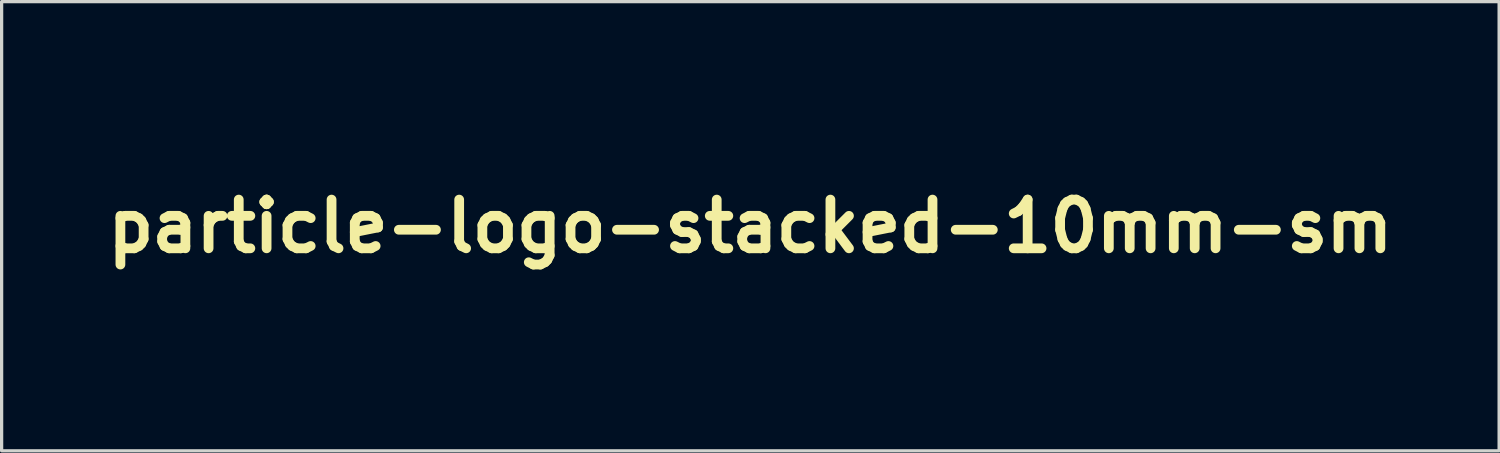
<source format=kicad_pcb>
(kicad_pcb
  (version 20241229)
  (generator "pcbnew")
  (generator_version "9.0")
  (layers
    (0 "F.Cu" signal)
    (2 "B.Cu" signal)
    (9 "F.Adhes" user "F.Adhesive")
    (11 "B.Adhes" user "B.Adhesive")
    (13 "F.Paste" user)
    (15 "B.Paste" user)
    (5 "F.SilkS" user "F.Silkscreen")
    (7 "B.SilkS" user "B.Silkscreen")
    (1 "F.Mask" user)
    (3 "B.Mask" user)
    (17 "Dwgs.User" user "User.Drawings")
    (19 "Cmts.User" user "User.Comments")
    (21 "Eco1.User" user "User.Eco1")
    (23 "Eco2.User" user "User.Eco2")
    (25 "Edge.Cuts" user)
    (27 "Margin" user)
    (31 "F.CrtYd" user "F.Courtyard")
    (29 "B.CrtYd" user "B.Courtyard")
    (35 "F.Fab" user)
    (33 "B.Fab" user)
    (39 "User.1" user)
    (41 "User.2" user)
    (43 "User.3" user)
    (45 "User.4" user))
  (footprint "particle-logo-stacked-10mm-sm"
    (layer "F.Cu")
    (at 20.05 3.916)
    (property "Reference" "particle-logo-stacked-10mm-sm" (at 0 0 0) (layer "F.SilkS") (effects (font (size 1.5 1.5) (thickness 0.3))))
    (attr board_only exclude_from_pos_files exclude_from_bom)
    (fp_poly (pts (xy 0.959 3.215) (xy 0.959 3.893) (xy 0.826 3.893) (xy 0.693 3.893) (xy 0.693 3.215) (xy 0.693 2.538) (xy 0.826 2.538) (xy 0.959 2.538)) (stroke (width 0) (type solid)) (fill yes) (layer "F.Mask"))
    (fp_poly (pts (xy 2.976 3.098) (xy 2.976 3.658) (xy 3.34 3.658) (xy 3.705 3.658) (xy 3.705 3.776) (xy 3.705 3.893) (xy 3.208 3.893) (xy 2.71 3.893) (xy 2.71 3.215) (xy 2.71 2.538) (xy 2.843 2.538) (xy 2.976 2.538)) (stroke (width 0) (type solid)) (fill yes) (layer "F.Mask"))
    (fp_poly (pts (xy 4.987 2.655) (xy 4.987 2.772) (xy 4.599 2.772) (xy 4.211 2.772) (xy 4.211 2.926) (xy 4.211 3.08) (xy 4.553 3.081) (xy 4.896 3.082) (xy 4.896 3.2) (xy 4.896 3.317) (xy 4.553 3.318) (xy 4.211 3.32) (xy 4.211 3.489) (xy 4.211 3.658) (xy 4.604 3.658) (xy 4.998 3.658) (xy 4.998 3.776) (xy 4.998 3.893) (xy 4.471 3.893) (xy 3.945 3.893) (xy 3.945 3.215) (xy 3.945 2.538) (xy 4.466 2.538) (xy 4.987 2.538)) (stroke (width 0) (type solid)) (fill yes) (layer "F.Mask"))
    (fp_poly (pts (xy 0.453 2.655) (xy 0.453 2.772) (xy 0.206 2.772) (xy -0.042 2.772) (xy -0.042 3.333) (xy -0.042 3.893) (xy -0.174 3.893) (xy -0.306 3.893) (xy -0.309 3.553) (xy -0.31 3.486) (xy -0.31 3.416) (xy -0.311 3.344) (xy -0.312 3.272) (xy -0.312 3.202) (xy -0.312 3.137) (xy -0.313 3.076) (xy -0.313 3.024) (xy -0.313 2.993) (xy -0.313 2.772) (xy -0.56 2.772) (xy -0.808 2.772) (xy -0.808 2.655) (xy -0.808 2.538) (xy -0.177 2.538) (xy 0.453 2.538)) (stroke (width 0) (type solid)) (fill yes) (layer "F.Mask"))
    (fp_poly (pts (xy -0.266 -0.42) (xy -0.266 0.125) (xy 0 0.125) (xy 0.266 0.125) (xy 0.266 -0.42) (xy 0.266 -0.964) (xy 1.341 -0.964) (xy 2.415 -0.964) (xy 1.209 0.242) (xy 1.115 0.336) (xy 1.023 0.428) (xy 0.933 0.518) (xy 0.846 0.605) (xy 0.762 0.69) (xy 0.68 0.771) (xy 0.602 0.849) (xy 0.527 0.924) (xy 0.456 0.995) (xy 0.389 1.062) (xy 0.326 1.124) (xy 0.268 1.182) (xy 0.215 1.235) (xy 0.167 1.283) (xy 0.125 1.325) (xy 0.088 1.362) (xy 0.057 1.392) (xy 0.033 1.416) (xy 0.015 1.434) (xy 0.004 1.445) (xy 0.000005 1.449) (xy 0 1.449) (xy -0.004 1.445) (xy -0.015 1.434) (xy -0.033 1.417) (xy -0.057 1.393) (xy -0.087 1.362) (xy -0.124 1.326) (xy -0.166 1.284) (xy -0.214 1.236) (xy -0.267 1.183) (xy -0.325 1.126) (xy -0.387 1.063) (xy -0.454 0.997) (xy -0.525 0.926) (xy -0.6 0.851) (xy -0.678 0.773) (xy -0.76 0.691) (xy -0.844 0.607) (xy -0.932 0.52) (xy -1.021 0.43) (xy -1.113 0.338) (xy -1.207 0.244) (xy -1.209 0.242) (xy -2.415 -0.964) (xy -1.341 -0.964) (xy -0.266 -0.964)) (stroke (width 0) (type solid)) (fill yes) (layer "F.Mask"))
    (fp_poly (pts (xy 1.206 -2.71) (xy 1.3 -2.616) (xy 1.392 -2.524) (xy 1.482 -2.434) (xy 1.569 -2.347) (xy 1.654 -2.262) (xy 1.735 -2.181) (xy 1.814 -2.102) (xy 1.888 -2.027) (xy 1.959 -1.956) (xy 2.026 -1.889) (xy 2.089 -1.827) (xy 2.146 -1.769) (xy 2.199 -1.715) (xy 2.247 -1.667) (xy 2.289 -1.625) (xy 2.326 -1.588) (xy 2.356 -1.557) (xy 2.38 -1.533) (xy 2.398 -1.515) (xy 2.409 -1.504) (xy 2.413 -1.5) (xy 2.413 -1.5) (xy 2.408 -1.499) (xy 2.393 -1.499) (xy 2.368 -1.498) (xy 2.335 -1.498) (xy 2.293 -1.498) (xy 2.243 -1.498) (xy 2.185 -1.497) (xy 2.121 -1.497) (xy 2.05 -1.497) (xy 1.973 -1.497) (xy 1.89 -1.497) (xy 1.802 -1.497) (xy 1.71 -1.497) (xy 1.614 -1.497) (xy 1.514 -1.497) (xy 1.411 -1.497) (xy 1.341 -1.497) (xy 0.268 -1.498) (xy 0.267 -2.044) (xy 0.266 -2.59) (xy 0 -2.59) (xy -0.266 -2.59) (xy -0.267 -2.044) (xy -0.268 -1.498) (xy -1.341 -1.497) (xy -1.446 -1.497) (xy -1.548 -1.497) (xy -1.646 -1.497) (xy -1.742 -1.497) (xy -1.832 -1.497) (xy -1.918 -1.497) (xy -1.999 -1.497) (xy -2.074 -1.497) (xy -2.143 -1.497) (xy -2.205 -1.497) (xy -2.26 -1.498) (xy -2.308 -1.498) (xy -2.347 -1.498) (xy -2.377 -1.499) (xy -2.399 -1.499) (xy -2.411 -1.499) (xy -2.413 -1.5) (xy -2.409 -1.503) (xy -2.398 -1.515) (xy -2.381 -1.532) (xy -2.357 -1.557) (xy -2.326 -1.587) (xy -2.29 -1.624) (xy -2.248 -1.667) (xy -2.2 -1.714) (xy -2.147 -1.767) (xy -2.09 -1.825) (xy -2.027 -1.888) (xy -1.961 -1.955) (xy -1.89 -2.026) (xy -1.815 -2.101) (xy -1.737 -2.179) (xy -1.655 -2.261) (xy -1.571 -2.345) (xy -1.484 -2.433) (xy -1.394 -2.522) (xy -1.302 -2.614) (xy -1.208 -2.708) (xy -1.206 -2.71) (xy 0 -3.916)) (stroke (width 0) (type solid)) (fill yes) (layer "F.Mask"))
    (fp_poly (pts (xy -4.663 2.539) (xy -4.593 2.54) (xy -4.532 2.54) (xy -4.48 2.541) (xy -4.435 2.542) (xy -4.397 2.542) (xy -4.365 2.543) (xy -4.338 2.545) (xy -4.315 2.547) (xy -4.295 2.549) (xy -4.277 2.552) (xy -4.26 2.555) (xy -4.243 2.559) (xy -4.225 2.563) (xy -4.206 2.568) (xy -4.202 2.57) (xy -4.134 2.593) (xy -4.074 2.622) (xy -4.021 2.658) (xy -3.984 2.692) (xy -3.948 2.735) (xy -3.92 2.782) (xy -3.899 2.833) (xy -3.885 2.891) (xy -3.879 2.954) (xy -3.879 3.018) (xy -3.88 3.053) (xy -3.882 3.08) (xy -3.886 3.103) (xy -3.891 3.124) (xy -3.895 3.14) (xy -3.919 3.203) (xy -3.951 3.259) (xy -3.992 3.31) (xy -4.04 3.353) (xy -4.097 3.391) (xy -4.162 3.422) (xy -4.235 3.446) (xy -4.292 3.46) (xy -4.34 3.468) (xy -4.398 3.474) (xy -4.465 3.478) (xy -4.541 3.481) (xy -4.611 3.481) (xy -4.732 3.481) (xy -4.732 3.687) (xy -4.732 3.893) (xy -4.865 3.893) (xy -4.998 3.893) (xy -4.998 3.215) (xy -4.998 2.772) (xy -4.732 2.772) (xy -4.732 3.007) (xy -4.732 3.242) (xy -4.551 3.24) (xy -4.5 3.239) (xy -4.459 3.239) (xy -4.426 3.238) (xy -4.4 3.237) (xy -4.379 3.236) (xy -4.363 3.234) (xy -4.35 3.232) (xy -4.339 3.229) (xy -4.336 3.229) (xy -4.282 3.21) (xy -4.236 3.185) (xy -4.2 3.155) (xy -4.172 3.119) (xy -4.162 3.101) (xy -4.155 3.086) (xy -4.151 3.074) (xy -4.148 3.061) (xy -4.146 3.046) (xy -4.146 3.025) (xy -4.146 2.999) (xy -4.146 2.97) (xy -4.147 2.949) (xy -4.148 2.933) (xy -4.151 2.921) (xy -4.156 2.909) (xy -4.157 2.906) (xy -4.179 2.869) (xy -4.206 2.84) (xy -4.24 2.816) (xy -4.282 2.798) (xy -4.289 2.796) (xy -4.312 2.79) (xy -4.336 2.785) (xy -4.362 2.78) (xy -4.393 2.777) (xy -4.428 2.775) (xy -4.471 2.773) (xy -4.521 2.773) (xy -4.577 2.772) (xy -4.732 2.772) (xy -4.998 2.772) (xy -4.998 2.537)) (stroke (width 0) (type solid)) (fill yes) (layer "F.Mask"))
    (fp_poly (pts (xy -2.992 2.537) (xy -2.986 2.549) (xy -2.976 2.57) (xy -2.963 2.598) (xy -2.947 2.634) (xy -2.929 2.676) (xy -2.907 2.723) (xy -2.883 2.776) (xy -2.858 2.832) (xy -2.83 2.893) (xy -2.802 2.957) (xy -2.772 3.023) (xy -2.741 3.091) (xy -2.71 3.16) (xy -2.679 3.229) (xy -2.647 3.299) (xy -2.617 3.367) (xy -2.586 3.434) (xy -2.557 3.499) (xy -2.529 3.562) (xy -2.503 3.62) (xy -2.478 3.675) (xy -2.455 3.725) (xy -2.435 3.77) (xy -2.418 3.808) (xy -2.404 3.84) (xy -2.393 3.865) (xy -2.385 3.882) (xy -2.382 3.89) (xy -2.382 3.89) (xy -2.387 3.891) (xy -2.401 3.891) (xy -2.422 3.892) (xy -2.451 3.892) (xy -2.484 3.892) (xy -2.521 3.892) (xy -2.521 3.892) (xy -2.66 3.89) (xy -2.72 3.751) (xy -2.78 3.612) (xy -3.133 3.612) (xy -3.485 3.611) (xy -3.509 3.665) (xy -3.519 3.688) (xy -3.532 3.718) (xy -3.546 3.752) (xy -3.561 3.786) (xy -3.57 3.806) (xy -3.608 3.893) (xy -3.747 3.893) (xy -3.887 3.893) (xy -3.88 3.876) (xy -3.877 3.869) (xy -3.87 3.854) (xy -3.859 3.83) (xy -3.845 3.798) (xy -3.827 3.759) (xy -3.806 3.713) (xy -3.783 3.661) (xy -3.757 3.603) (xy -3.728 3.54) (xy -3.698 3.473) (xy -3.666 3.402) (xy -3.652 3.372) (xy -3.381 3.372) (xy -3.133 3.372) (xy -3.074 3.372) (xy -3.025 3.372) (xy -2.984 3.371) (xy -2.952 3.371) (xy -2.927 3.37) (xy -2.909 3.369) (xy -2.897 3.368) (xy -2.89 3.367) (xy -2.889 3.365) (xy -2.889 3.365) (xy -2.892 3.356) (xy -2.9 3.339) (xy -2.91 3.315) (xy -2.923 3.285) (xy -2.938 3.25) (xy -2.955 3.211) (xy -2.974 3.169) (xy -2.993 3.125) (xy -3.012 3.081) (xy -3.032 3.036) (xy -3.05 2.993) (xy -3.068 2.953) (xy -3.085 2.916) (xy -3.099 2.883) (xy -3.111 2.856) (xy -3.12 2.835) (xy -3.126 2.822) (xy -3.128 2.818) (xy -3.133 2.811) (xy -3.135 2.81) (xy -3.138 2.816) (xy -3.144 2.829) (xy -3.154 2.851) (xy -3.166 2.88) (xy -3.182 2.915) (xy -3.199 2.955) (xy -3.219 2.999) (xy -3.24 3.048) (xy -3.259 3.092) (xy -3.381 3.372) (xy -3.652 3.372) (xy -3.632 3.328) (xy -3.597 3.25) (xy -3.57 3.192) (xy -3.268 2.525) (xy -3.133 2.523) (xy -2.998 2.522)) (stroke (width 0) (type solid)) (fill yes) (layer "F.Mask"))
    (fp_poly (pts (xy 1.983 2.52) (xy 2.046 2.521) (xy 2.102 2.524) (xy 2.152 2.53) (xy 2.201 2.538) (xy 2.251 2.55) (xy 2.293 2.562) (xy 2.324 2.572) (xy 2.355 2.582) (xy 2.382 2.592) (xy 2.405 2.601) (xy 2.423 2.608) (xy 2.432 2.613) (xy 2.434 2.615) (xy 2.432 2.621) (xy 2.428 2.635) (xy 2.421 2.656) (xy 2.413 2.683) (xy 2.403 2.714) (xy 2.398 2.731) (xy 2.384 2.772) (xy 2.373 2.803) (xy 2.365 2.825) (xy 2.359 2.838) (xy 2.355 2.842) (xy 2.355 2.842) (xy 2.348 2.84) (xy 2.333 2.834) (xy 2.312 2.826) (xy 2.289 2.816) (xy 2.284 2.815) (xy 2.204 2.786) (xy 2.124 2.765) (xy 2.046 2.754) (xy 1.97 2.752) (xy 1.897 2.759) (xy 1.827 2.775) (xy 1.762 2.799) (xy 1.73 2.816) (xy 1.701 2.835) (xy 1.67 2.86) (xy 1.638 2.89) (xy 1.609 2.921) (xy 1.585 2.951) (xy 1.57 2.973) (xy 1.542 3.029) (xy 1.523 3.084) (xy 1.511 3.141) (xy 1.507 3.202) (xy 1.508 3.236) (xy 1.511 3.282) (xy 1.517 3.321) (xy 1.526 3.357) (xy 1.54 3.393) (xy 1.548 3.412) (xy 1.581 3.473) (xy 1.622 3.526) (xy 1.67 3.572) (xy 1.724 3.61) (xy 1.785 3.64) (xy 1.852 3.662) (xy 1.92 3.674) (xy 1.995 3.679) (xy 2.074 3.673) (xy 2.157 3.659) (xy 2.241 3.634) (xy 2.322 3.603) (xy 2.341 3.595) (xy 2.357 3.589) (xy 2.366 3.586) (xy 2.368 3.586) (xy 2.37 3.592) (xy 2.375 3.606) (xy 2.383 3.626) (xy 2.391 3.65) (xy 2.401 3.677) (xy 2.41 3.706) (xy 2.42 3.734) (xy 2.428 3.76) (xy 2.435 3.781) (xy 2.44 3.797) (xy 2.443 3.806) (xy 2.443 3.807) (xy 2.436 3.811) (xy 2.421 3.817) (xy 2.4 3.826) (xy 2.375 3.835) (xy 2.349 3.845) (xy 2.322 3.855) (xy 2.296 3.863) (xy 2.275 3.87) (xy 2.269 3.872) (xy 2.21 3.887) (xy 2.155 3.898) (xy 2.1 3.906) (xy 2.04 3.91) (xy 1.996 3.911) (xy 1.964 3.911) (xy 1.934 3.912) (xy 1.909 3.911) (xy 1.891 3.911) (xy 1.881 3.91) (xy 1.789 3.895) (xy 1.703 3.871) (xy 1.623 3.839) (xy 1.55 3.8) (xy 1.484 3.754) (xy 1.425 3.7) (xy 1.373 3.64) (xy 1.329 3.572) (xy 1.311 3.537) (xy 1.282 3.469) (xy 1.261 3.401) (xy 1.247 3.33) (xy 1.241 3.254) (xy 1.24 3.217) (xy 1.245 3.13) (xy 1.258 3.048) (xy 1.281 2.971) (xy 1.313 2.898) (xy 1.355 2.829) (xy 1.406 2.764) (xy 1.44 2.728) (xy 1.501 2.673) (xy 1.564 2.628) (xy 1.631 2.591) (xy 1.704 2.561) (xy 1.725 2.554) (xy 1.762 2.543) (xy 1.794 2.535) (xy 1.824 2.529) (xy 1.856 2.524) (xy 1.89 2.522) (xy 1.93 2.52) (xy 1.977 2.52)) (stroke (width 0) (type solid)) (fill yes) (layer "F.Mask"))
    (fp_poly (pts (xy -1.738 2.538) (xy -1.672 2.538) (xy -1.614 2.538) (xy -1.565 2.539) (xy -1.522 2.54) (xy -1.485 2.541) (xy -1.453 2.542) (xy -1.426 2.544) (xy -1.402 2.547) (xy -1.38 2.549) (xy -1.36 2.553) (xy -1.341 2.557) (xy -1.322 2.561) (xy -1.312 2.564) (xy -1.244 2.585) (xy -1.184 2.613) (xy -1.133 2.647) (xy -1.089 2.688) (xy -1.054 2.734) (xy -1.027 2.787) (xy -1.014 2.827) (xy -1.008 2.856) (xy -1.004 2.891) (xy -1.002 2.93) (xy -1.002 2.967) (xy -1.004 3.001) (xy -1.008 3.021) (xy -1.025 3.082) (xy -1.052 3.138) (xy -1.087 3.188) (xy -1.131 3.234) (xy -1.184 3.275) (xy -1.191 3.279) (xy -1.218 3.295) (xy -1.25 3.312) (xy -1.285 3.327) (xy -1.318 3.341) (xy -1.347 3.351) (xy -1.357 3.354) (xy -1.364 3.356) (xy -1.366 3.358) (xy -1.361 3.363) (xy -1.349 3.369) (xy -1.336 3.376) (xy -1.314 3.389) (xy -1.292 3.402) (xy -1.275 3.413) (xy -1.268 3.419) (xy -1.255 3.432) (xy -1.237 3.451) (xy -1.215 3.474) (xy -1.188 3.502) (xy -1.158 3.533) (xy -1.126 3.567) (xy -1.093 3.603) (xy -1.058 3.639) (xy -1.023 3.676) (xy -0.989 3.713) (xy -0.957 3.748) (xy -0.926 3.781) (xy -0.898 3.811) (xy -0.874 3.838) (xy -0.855 3.86) (xy -0.84 3.876) (xy -0.831 3.887) (xy -0.829 3.89) (xy -0.834 3.891) (xy -0.848 3.891) (xy -0.87 3.892) (xy -0.899 3.892) (xy -0.933 3.892) (xy -0.972 3.893) (xy -0.997 3.893) (xy -1.165 3.892) (xy -1.331 3.707) (xy -1.375 3.66) (xy -1.412 3.619) (xy -1.443 3.585) (xy -1.47 3.557) (xy -1.493 3.534) (xy -1.512 3.515) (xy -1.529 3.5) (xy -1.544 3.488) (xy -1.558 3.478) (xy -1.571 3.47) (xy -1.583 3.464) (xy -1.603 3.454) (xy -1.623 3.447) (xy -1.645 3.442) (xy -1.671 3.438) (xy -1.702 3.436) (xy -1.74 3.435) (xy -1.784 3.434) (xy -1.892 3.434) (xy -1.892 3.664) (xy -1.892 3.893) (xy -2.025 3.893) (xy -2.157 3.893) (xy -2.157 3.215) (xy -2.157 2.772) (xy -1.892 2.772) (xy -1.892 2.983) (xy -1.892 3.195) (xy -1.7 3.193) (xy -1.65 3.193) (xy -1.608 3.192) (xy -1.575 3.191) (xy -1.549 3.191) (xy -1.528 3.19) (xy -1.511 3.188) (xy -1.497 3.187) (xy -1.485 3.184) (xy -1.474 3.182) (xy -1.468 3.18) (xy -1.414 3.161) (xy -1.367 3.137) (xy -1.329 3.108) (xy -1.3 3.075) (xy -1.284 3.047) (xy -1.277 3.03) (xy -1.272 3.015) (xy -1.27 2.999) (xy -1.269 2.977) (xy -1.269 2.965) (xy -1.27 2.939) (xy -1.271 2.92) (xy -1.275 2.904) (xy -1.281 2.889) (xy -1.297 2.863) (xy -1.319 2.838) (xy -1.344 2.817) (xy -1.367 2.804) (xy -1.382 2.797) (xy -1.396 2.792) (xy -1.41 2.787) (xy -1.424 2.784) (xy -1.441 2.781) (xy -1.462 2.779) (xy -1.486 2.777) (xy -1.517 2.776) (xy -1.553 2.775) (xy -1.598 2.774) (xy -1.652 2.774) (xy -1.672 2.774) (xy -1.892 2.772) (xy -2.157 2.772) (xy -2.157 2.538) (xy -1.814 2.538)) (stroke (width 0) (type solid)) (fill yes) (layer "F.Mask")))
  (gr_rect
    (start -3 -3)
    (end 43.1 10.828)
    (stroke (width 0.1) (type default))
    (fill no)
    (layer "Edge.Cuts")))
</source>
